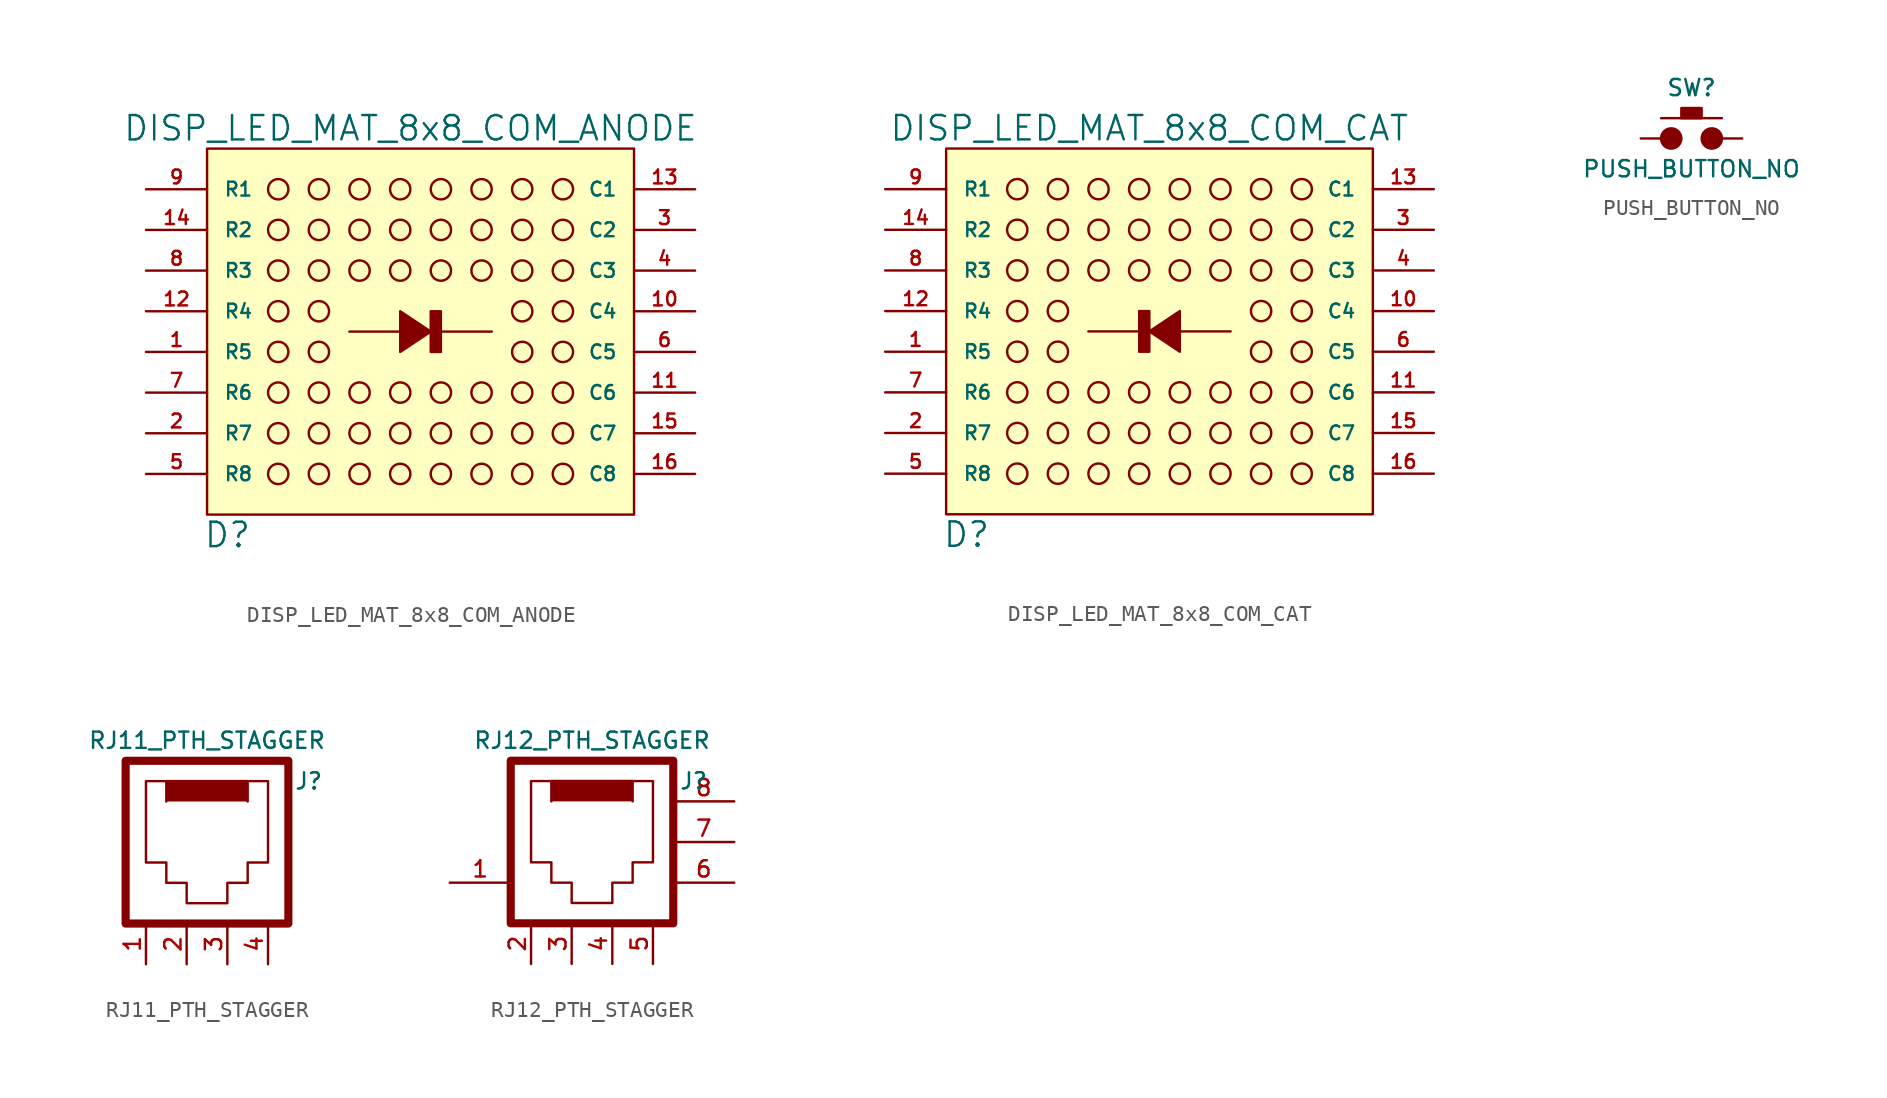
<source format=kicad_sym>
(kicad_symbol_lib
  (version 20231120)
  (generator "kicad_symbol_editor")
  (generator_version "8.0")
  (symbol "DISP_LED_MAT_8x8_COM_ANODE"
    (pin_names
      (offset 1.016))
    (property "Reference" "D"
      (at 5.08 -1.27 0)
      (effects (font (size 1.524 1.524))))
    (property "Value" "DISP_LED_MAT_8x8_COM_ANODE"
      (at 16.51 24.13 0)
      (effects (font (size 1.524 1.524))))
    (property "Footprint" ""
      (at 2.54 -1.27 0)
      (effects (font (size 1.524 1.524))))
    (property "Datasheet" ""
      (at 2.54 -1.27 0)
      (effects (font (size 1.524 1.524))))
    (symbol "DISP_LED_MAT_8x8_COM_ANODE_0_1"
      (polyline (pts (xy 12.7 11.43) (xy 21.59 11.43)) (stroke (width 0) (type solid)) (fill (type none)))
      (polyline (pts (xy 17.78 11.43) (xy 15.875 10.16) (xy 15.875 12.7) (xy 17.78 11.43)) (stroke (width 0) (type solid)) (fill (type outline)))
      (polyline (pts (xy 18.415 10.16) (xy 18.415 12.7) (xy 17.78 12.7) (xy 17.78 10.16) (xy 18.415 10.16)) (stroke (width 0) (type solid)) (fill (type outline)))
      (rectangle (start 3.81 0) (end 30.48 22.86) (stroke (width 0) (type solid)) (fill (type background)))
      (circle (center 8.255 2.54) (radius 0.635) (stroke (width 0) (type solid)) (fill (type none)))
      (circle (center 8.255 5.08) (radius 0.635) (stroke (width 0) (type solid)) (fill (type none)))
      (circle (center 8.255 7.62) (radius 0.635) (stroke (width 0) (type solid)) (fill (type none)))
      (circle (center 8.255 10.16) (radius 0.635) (stroke (width 0) (type solid)) (fill (type none)))
      (circle (center 8.255 12.7) (radius 0.635) (stroke (width 0) (type solid)) (fill (type none)))
      (circle (center 8.255 15.24) (radius 0.635) (stroke (width 0) (type solid)) (fill (type none)))
      (circle (center 8.255 17.78) (radius 0.635) (stroke (width 0) (type solid)) (fill (type none)))
      (circle (center 8.255 20.32) (radius 0.635) (stroke (width 0) (type solid)) (fill (type none)))
      (circle (center 10.795 2.54) (radius 0.635) (stroke (width 0) (type solid)) (fill (type none)))
      (circle (center 10.795 5.08) (radius 0.635) (stroke (width 0) (type solid)) (fill (type none)))
      (circle (center 10.795 7.62) (radius 0.635) (stroke (width 0) (type solid)) (fill (type none)))
      (circle (center 10.795 10.16) (radius 0.635) (stroke (width 0) (type solid)) (fill (type none)))
      (circle (center 10.795 12.7) (radius 0.635) (stroke (width 0) (type solid)) (fill (type none)))
      (circle (center 10.795 15.24) (radius 0.635) (stroke (width 0) (type solid)) (fill (type none)))
      (circle (center 10.795 17.78) (radius 0.635) (stroke (width 0) (type solid)) (fill (type none)))
      (circle (center 10.795 20.32) (radius 0.635) (stroke (width 0) (type solid)) (fill (type none)))
      (circle (center 13.335 2.54) (radius 0.635) (stroke (width 0) (type solid)) (fill (type none)))
      (circle (center 13.335 5.08) (radius 0.635) (stroke (width 0) (type solid)) (fill (type none)))
      (circle (center 13.335 7.62) (radius 0.635) (stroke (width 0) (type solid)) (fill (type none)))
      (circle (center 13.335 15.24) (radius 0.635) (stroke (width 0) (type solid)) (fill (type none)))
      (circle (center 13.335 17.78) (radius 0.635) (stroke (width 0) (type solid)) (fill (type none)))
      (circle (center 13.335 20.32) (radius 0.635) (stroke (width 0) (type solid)) (fill (type none)))
      (circle (center 15.875 2.54) (radius 0.635) (stroke (width 0) (type solid)) (fill (type none)))
      (circle (center 15.875 5.08) (radius 0.635) (stroke (width 0) (type solid)) (fill (type none)))
      (circle (center 15.875 7.62) (radius 0.635) (stroke (width 0) (type solid)) (fill (type none)))
      (circle (center 15.875 15.24) (radius 0.635) (stroke (width 0) (type solid)) (fill (type none)))
      (circle (center 15.875 17.78) (radius 0.635) (stroke (width 0) (type solid)) (fill (type none)))
      (circle (center 15.875 20.32) (radius 0.635) (stroke (width 0) (type solid)) (fill (type none)))
      (circle (center 18.415 2.54) (radius 0.635) (stroke (width 0) (type solid)) (fill (type none)))
      (circle (center 18.415 5.08) (radius 0.635) (stroke (width 0) (type solid)) (fill (type none)))
      (circle (center 18.415 7.62) (radius 0.635) (stroke (width 0) (type solid)) (fill (type none)))
      (circle (center 18.415 15.24) (radius 0.635) (stroke (width 0) (type solid)) (fill (type none)))
      (circle (center 18.415 17.78) (radius 0.635) (stroke (width 0) (type solid)) (fill (type none)))
      (circle (center 18.415 20.32) (radius 0.635) (stroke (width 0) (type solid)) (fill (type none)))
      (circle (center 20.955 2.54) (radius 0.635) (stroke (width 0) (type solid)) (fill (type none)))
      (circle (center 20.955 5.08) (radius 0.635) (stroke (width 0) (type solid)) (fill (type none)))
      (circle (center 20.955 7.62) (radius 0.635) (stroke (width 0) (type solid)) (fill (type none)))
      (circle (center 20.955 15.24) (radius 0.635) (stroke (width 0) (type solid)) (fill (type none)))
      (circle (center 20.955 17.78) (radius 0.635) (stroke (width 0) (type solid)) (fill (type none)))
      (circle (center 20.955 20.32) (radius 0.635) (stroke (width 0) (type solid)) (fill (type none)))
      (circle (center 23.495 2.54) (radius 0.635) (stroke (width 0) (type solid)) (fill (type none)))
      (circle (center 23.495 5.08) (radius 0.635) (stroke (width 0) (type solid)) (fill (type none)))
      (circle (center 23.495 7.62) (radius 0.635) (stroke (width 0) (type solid)) (fill (type none)))
      (circle (center 23.495 10.16) (radius 0.635) (stroke (width 0) (type solid)) (fill (type none)))
      (circle (center 23.495 12.7) (radius 0.635) (stroke (width 0) (type solid)) (fill (type none)))
      (circle (center 23.495 15.24) (radius 0.635) (stroke (width 0) (type solid)) (fill (type none)))
      (circle (center 23.495 17.78) (radius 0.635) (stroke (width 0) (type solid)) (fill (type none)))
      (circle (center 23.495 20.32) (radius 0.635) (stroke (width 0) (type solid)) (fill (type none)))
      (circle (center 26.035 2.54) (radius 0.635) (stroke (width 0) (type solid)) (fill (type none)))
      (circle (center 26.035 5.08) (radius 0.635) (stroke (width 0) (type solid)) (fill (type none)))
      (circle (center 26.035 7.62) (radius 0.635) (stroke (width 0) (type solid)) (fill (type none)))
      (circle (center 26.035 10.16) (radius 0.635) (stroke (width 0) (type solid)) (fill (type none)))
      (circle (center 26.035 12.7) (radius 0.635) (stroke (width 0) (type solid)) (fill (type none)))
      (circle (center 26.035 15.24) (radius 0.635) (stroke (width 0) (type solid)) (fill (type none)))
      (circle (center 26.035 17.78) (radius 0.635) (stroke (width 0) (type solid)) (fill (type none)))
      (circle (center 26.035 20.32) (radius 0.635) (stroke (width 0) (type solid)) (fill (type none)))
      (pin input line (at 0 20.32 0) (length 3.81) (name "R1" (effects (font (size 0.864 0.864)))) (number "9" (effects (font (size 0.864 0.864))))))
    (symbol "DISP_LED_MAT_8x8_COM_ANODE_1_1"
      (pin input line (at 0 10.16 0) (length 3.81) (name "R5" (effects (font (size 0.864 0.864)))) (number "1" (effects (font (size 0.864 0.864)))))
      (pin output line (at 34.29 12.7 180) (length 3.81) (name "C4" (effects (font (size 0.864 0.864)))) (number "10" (effects (font (size 0.864 0.864)))))
      (pin output line (at 34.29 7.62 180) (length 3.81) (name "C6" (effects (font (size 0.864 0.864)))) (number "11" (effects (font (size 0.864 0.864)))))
      (pin input line (at 0 12.7 0) (length 3.81) (name "R4" (effects (font (size 0.864 0.864)))) (number "12" (effects (font (size 0.864 0.864)))))
      (pin output line (at 34.29 20.32 180) (length 3.81) (name "C1" (effects (font (size 0.864 0.864)))) (number "13" (effects (font (size 0.864 0.864)))))
      (pin input line (at 0 17.78 0) (length 3.81) (name "R2" (effects (font (size 0.864 0.864)))) (number "14" (effects (font (size 0.864 0.864)))))
      (pin output line (at 34.29 5.08 180) (length 3.81) (name "C7" (effects (font (size 0.864 0.864)))) (number "15" (effects (font (size 0.864 0.864)))))
      (pin output line (at 34.29 2.54 180) (length 3.81) (name "C8" (effects (font (size 0.864 0.864)))) (number "16" (effects (font (size 0.864 0.864)))))
      (pin input line (at 0 5.08 0) (length 3.81) (name "R7" (effects (font (size 0.864 0.864)))) (number "2" (effects (font (size 0.864 0.864)))))
      (pin output line (at 34.29 17.78 180) (length 3.81) (name "C2" (effects (font (size 0.864 0.864)))) (number "3" (effects (font (size 0.864 0.864)))))
      (pin output line (at 34.29 15.24 180) (length 3.81) (name "C3" (effects (font (size 0.864 0.864)))) (number "4" (effects (font (size 0.864 0.864)))))
      (pin input line (at 0 2.54 0) (length 3.81) (name "R8" (effects (font (size 0.864 0.864)))) (number "5" (effects (font (size 0.864 0.864)))))
      (pin output line (at 34.29 10.16 180) (length 3.81) (name "C5" (effects (font (size 0.864 0.864)))) (number "6" (effects (font (size 0.864 0.864)))))
      (pin input line (at 0 7.62 0) (length 3.81) (name "R6" (effects (font (size 0.864 0.864)))) (number "7" (effects (font (size 0.864 0.864)))))
      (pin input line (at 0 15.24 0) (length 3.81) (name "R3" (effects (font (size 0.864 0.864)))) (number "8" (effects (font (size 0.864 0.864)))))))
  (symbol "DISP_LED_MAT_8x8_COM_CAT"
    (pin_names
      (offset 1.016))
    (property "Reference" "D"
      (at 5.08 -1.27 0)
      (effects (font (size 1.524 1.524))))
    (property "Value" "DISP_LED_MAT_8x8_COM_CAT"
      (at 16.51 24.13 0)
      (effects (font (size 1.524 1.524))))
    (property "Footprint" ""
      (at 2.54 -1.27 0)
      (effects (font (size 1.524 1.524))))
    (property "Datasheet" ""
      (at 2.54 -1.27 0)
      (effects (font (size 1.524 1.524))))
    (symbol "DISP_LED_MAT_8x8_COM_CAT_0_1"
      (polyline (pts (xy 21.59 11.43) (xy 12.7 11.43)) (stroke (width 0) (type solid)) (fill (type none)))
      (polyline (pts (xy 16.51 11.43) (xy 18.415 12.7) (xy 18.415 10.16) (xy 16.51 11.43)) (stroke (width 0) (type solid)) (fill (type outline)))
      (polyline (pts (xy 15.875 12.7) (xy 15.875 10.16) (xy 16.51 10.16) (xy 16.51 12.7) (xy 15.875 12.7)) (stroke (width 0) (type solid)) (fill (type outline)))
      (rectangle (start 3.81 0) (end 30.48 22.86) (stroke (width 0) (type solid)) (fill (type background)))
      (circle (center 8.255 2.54) (radius 0.635) (stroke (width 0) (type solid)) (fill (type none)))
      (circle (center 8.255 5.08) (radius 0.635) (stroke (width 0) (type solid)) (fill (type none)))
      (circle (center 8.255 7.62) (radius 0.635) (stroke (width 0) (type solid)) (fill (type none)))
      (circle (center 8.255 10.16) (radius 0.635) (stroke (width 0) (type solid)) (fill (type none)))
      (circle (center 8.255 12.7) (radius 0.635) (stroke (width 0) (type solid)) (fill (type none)))
      (circle (center 8.255 15.24) (radius 0.635) (stroke (width 0) (type solid)) (fill (type none)))
      (circle (center 8.255 17.78) (radius 0.635) (stroke (width 0) (type solid)) (fill (type none)))
      (circle (center 8.255 20.32) (radius 0.635) (stroke (width 0) (type solid)) (fill (type none)))
      (circle (center 10.795 2.54) (radius 0.635) (stroke (width 0) (type solid)) (fill (type none)))
      (circle (center 10.795 5.08) (radius 0.635) (stroke (width 0) (type solid)) (fill (type none)))
      (circle (center 10.795 7.62) (radius 0.635) (stroke (width 0) (type solid)) (fill (type none)))
      (circle (center 10.795 10.16) (radius 0.635) (stroke (width 0) (type solid)) (fill (type none)))
      (circle (center 10.795 12.7) (radius 0.635) (stroke (width 0) (type solid)) (fill (type none)))
      (circle (center 10.795 15.24) (radius 0.635) (stroke (width 0) (type solid)) (fill (type none)))
      (circle (center 10.795 17.78) (radius 0.635) (stroke (width 0) (type solid)) (fill (type none)))
      (circle (center 10.795 20.32) (radius 0.635) (stroke (width 0) (type solid)) (fill (type none)))
      (circle (center 13.335 2.54) (radius 0.635) (stroke (width 0) (type solid)) (fill (type none)))
      (circle (center 13.335 5.08) (radius 0.635) (stroke (width 0) (type solid)) (fill (type none)))
      (circle (center 13.335 7.62) (radius 0.635) (stroke (width 0) (type solid)) (fill (type none)))
      (circle (center 13.335 15.24) (radius 0.635) (stroke (width 0) (type solid)) (fill (type none)))
      (circle (center 13.335 17.78) (radius 0.635) (stroke (width 0) (type solid)) (fill (type none)))
      (circle (center 13.335 20.32) (radius 0.635) (stroke (width 0) (type solid)) (fill (type none)))
      (circle (center 15.875 2.54) (radius 0.635) (stroke (width 0) (type solid)) (fill (type none)))
      (circle (center 15.875 5.08) (radius 0.635) (stroke (width 0) (type solid)) (fill (type none)))
      (circle (center 15.875 7.62) (radius 0.635) (stroke (width 0) (type solid)) (fill (type none)))
      (circle (center 15.875 15.24) (radius 0.635) (stroke (width 0) (type solid)) (fill (type none)))
      (circle (center 15.875 17.78) (radius 0.635) (stroke (width 0) (type solid)) (fill (type none)))
      (circle (center 15.875 20.32) (radius 0.635) (stroke (width 0) (type solid)) (fill (type none)))
      (circle (center 18.415 2.54) (radius 0.635) (stroke (width 0) (type solid)) (fill (type none)))
      (circle (center 18.415 5.08) (radius 0.635) (stroke (width 0) (type solid)) (fill (type none)))
      (circle (center 18.415 7.62) (radius 0.635) (stroke (width 0) (type solid)) (fill (type none)))
      (circle (center 18.415 15.24) (radius 0.635) (stroke (width 0) (type solid)) (fill (type none)))
      (circle (center 18.415 17.78) (radius 0.635) (stroke (width 0) (type solid)) (fill (type none)))
      (circle (center 18.415 20.32) (radius 0.635) (stroke (width 0) (type solid)) (fill (type none)))
      (circle (center 20.955 2.54) (radius 0.635) (stroke (width 0) (type solid)) (fill (type none)))
      (circle (center 20.955 5.08) (radius 0.635) (stroke (width 0) (type solid)) (fill (type none)))
      (circle (center 20.955 7.62) (radius 0.635) (stroke (width 0) (type solid)) (fill (type none)))
      (circle (center 20.955 15.24) (radius 0.635) (stroke (width 0) (type solid)) (fill (type none)))
      (circle (center 20.955 17.78) (radius 0.635) (stroke (width 0) (type solid)) (fill (type none)))
      (circle (center 20.955 20.32) (radius 0.635) (stroke (width 0) (type solid)) (fill (type none)))
      (circle (center 23.495 2.54) (radius 0.635) (stroke (width 0) (type solid)) (fill (type none)))
      (circle (center 23.495 5.08) (radius 0.635) (stroke (width 0) (type solid)) (fill (type none)))
      (circle (center 23.495 7.62) (radius 0.635) (stroke (width 0) (type solid)) (fill (type none)))
      (circle (center 23.495 10.16) (radius 0.635) (stroke (width 0) (type solid)) (fill (type none)))
      (circle (center 23.495 12.7) (radius 0.635) (stroke (width 0) (type solid)) (fill (type none)))
      (circle (center 23.495 15.24) (radius 0.635) (stroke (width 0) (type solid)) (fill (type none)))
      (circle (center 23.495 17.78) (radius 0.635) (stroke (width 0) (type solid)) (fill (type none)))
      (circle (center 23.495 20.32) (radius 0.635) (stroke (width 0) (type solid)) (fill (type none)))
      (circle (center 26.035 2.54) (radius 0.635) (stroke (width 0) (type solid)) (fill (type none)))
      (circle (center 26.035 5.08) (radius 0.635) (stroke (width 0) (type solid)) (fill (type none)))
      (circle (center 26.035 7.62) (radius 0.635) (stroke (width 0) (type solid)) (fill (type none)))
      (circle (center 26.035 10.16) (radius 0.635) (stroke (width 0) (type solid)) (fill (type none)))
      (circle (center 26.035 12.7) (radius 0.635) (stroke (width 0) (type solid)) (fill (type none)))
      (circle (center 26.035 15.24) (radius 0.635) (stroke (width 0) (type solid)) (fill (type none)))
      (circle (center 26.035 17.78) (radius 0.635) (stroke (width 0) (type solid)) (fill (type none)))
      (circle (center 26.035 20.32) (radius 0.635) (stroke (width 0) (type solid)) (fill (type none)))
      (pin output line (at 0 20.32 0) (length 3.81) (name "R1" (effects (font (size 0.864 0.864)))) (number "9" (effects (font (size 0.864 0.864))))))
    (symbol "DISP_LED_MAT_8x8_COM_CAT_1_1"
      (pin output line (at 0 10.16 0) (length 3.81) (name "R5" (effects (font (size 0.864 0.864)))) (number "1" (effects (font (size 0.864 0.864)))))
      (pin input line (at 34.29 12.7 180) (length 3.81) (name "C4" (effects (font (size 0.864 0.864)))) (number "10" (effects (font (size 0.864 0.864)))))
      (pin input line (at 34.29 7.62 180) (length 3.81) (name "C6" (effects (font (size 0.864 0.864)))) (number "11" (effects (font (size 0.864 0.864)))))
      (pin output line (at 0 12.7 0) (length 3.81) (name "R4" (effects (font (size 0.864 0.864)))) (number "12" (effects (font (size 0.864 0.864)))))
      (pin input line (at 34.29 20.32 180) (length 3.81) (name "C1" (effects (font (size 0.864 0.864)))) (number "13" (effects (font (size 0.864 0.864)))))
      (pin output line (at 0 17.78 0) (length 3.81) (name "R2" (effects (font (size 0.864 0.864)))) (number "14" (effects (font (size 0.864 0.864)))))
      (pin input line (at 34.29 5.08 180) (length 3.81) (name "C7" (effects (font (size 0.864 0.864)))) (number "15" (effects (font (size 0.864 0.864)))))
      (pin input line (at 34.29 2.54 180) (length 3.81) (name "C8" (effects (font (size 0.864 0.864)))) (number "16" (effects (font (size 0.864 0.864)))))
      (pin output line (at 0 5.08 0) (length 3.81) (name "R7" (effects (font (size 0.864 0.864)))) (number "2" (effects (font (size 0.864 0.864)))))
      (pin input line (at 34.29 17.78 180) (length 3.81) (name "C2" (effects (font (size 0.864 0.864)))) (number "3" (effects (font (size 0.864 0.864)))))
      (pin input line (at 34.29 15.24 180) (length 3.81) (name "C3" (effects (font (size 0.864 0.864)))) (number "4" (effects (font (size 0.864 0.864)))))
      (pin output line (at 0 2.54 0) (length 3.81) (name "R8" (effects (font (size 0.864 0.864)))) (number "5" (effects (font (size 0.864 0.864)))))
      (pin input line (at 34.29 10.16 180) (length 3.81) (name "C5" (effects (font (size 0.864 0.864)))) (number "6" (effects (font (size 0.864 0.864)))))
      (pin output line (at 0 7.62 0) (length 3.81) (name "R6" (effects (font (size 0.864 0.864)))) (number "7" (effects (font (size 0.864 0.864)))))
      (pin output line (at 0 15.24 0) (length 3.81) (name "R3" (effects (font (size 0.864 0.864)))) (number "8" (effects (font (size 0.864 0.864)))))))
  (symbol "PUSH_BUTTON_NO"
    (pin_numbers hide)
    (pin_names
      (offset 1.016) hide)
    (property "Reference" "SW"
      (at 3.175 3.175 0)
      (effects (font (size 1.016 1.016))))
    (property "Value" "PUSH_BUTTON_NO"
      (at 3.175 -1.905 0)
      (effects (font (size 1.016 1.016))))
    (property "Footprint" ""
      (at 3.175 0 0)
      (effects (font (size 1.524 1.524))))
    (property "Datasheet" ""
      (at 3.175 0 0)
      (effects (font (size 1.524 1.524))))
    (symbol "PUSH_BUTTON_NO_0_1"
      (polyline (pts (xy 1.27 1.27) (xy 5.08 1.27)) (stroke (width 0) (type solid)) (fill (type none)))
      (circle (center 1.905 0) (radius 0.635) (stroke (width 0) (type solid)) (fill (type outline)))
      (rectangle (start 2.54 1.27) (end 3.81 1.905) (stroke (width 0) (type solid)) (fill (type outline)))
      (circle (center 4.445 0) (radius 0.635) (stroke (width 0) (type solid)) (fill (type outline)))
      (pin passive line (at 0 0 0) (length 1.27) (name "1" (effects (font (size 1.27 1.27)))) (number "1" (effects (font (size 1.27 1.27))))))
    (symbol "PUSH_BUTTON_NO_1_1"
      (pin passive line (at 6.35 0 180) (length 1.27) (name "2" (effects (font (size 1.27 1.27)))) (number "2" (effects (font (size 1.27 1.27)))))))
  (symbol "RJ11_PTH_STAGGER"
    (pin_names
      (offset 0) hide)
    (property "Reference" "J"
      (at 11.43 8.89 0)
      (effects (font (size 1.016 1.016))))
    (property "Value" "RJ11_PTH_STAGGER"
      (at 5.08 11.43 0)
      (effects (font (size 1.016 1.016))))
    (property "Footprint" ""
      (at 0 0 0)
      (effects (font (size 1.524 1.524))))
    (property "Datasheet" ""
      (at 0 0 0)
      (effects (font (size 1.524 1.524))))
    (symbol "RJ11_PTH_STAGGER_0_1"
      (polyline (pts (xy 7.62 7.62) (xy 7.62 8.89) (xy 2.54 8.89) (xy 2.54 7.62)) (stroke (width 0) (type solid)) (fill (type outline)))
      (polyline (pts (xy 1.27 8.89) (xy 1.27 3.81) (xy 2.54 3.81) (xy 2.54 2.54) (xy 3.81 2.54) (xy 3.81 1.27) (xy 6.35 1.27) (xy 6.35 2.54) (xy 7.62 2.54) (xy 7.62 3.81) (xy 8.89 3.81) (xy 8.89 8.89) (xy 1.27 8.89)) (stroke (width 0) (type solid)) (fill (type none)))
      (rectangle (start 0 10.16) (end 10.16 0) (stroke (width 0.508) (type solid)) (fill (type none))))
    (symbol "RJ11_PTH_STAGGER_1_1"
      (pin bidirectional line (at 1.27 -2.54 90) (length 2.54) (name "1" (effects (font (size 1.016 1.016)))) (number "1" (effects (font (size 1.016 1.016)))))
      (pin bidirectional line (at 3.81 -2.54 90) (length 2.54) (name "2" (effects (font (size 1.016 1.016)))) (number "2" (effects (font (size 1.016 1.016)))))
      (pin bidirectional line (at 6.35 -2.54 90) (length 2.54) (name "3" (effects (font (size 1.016 1.016)))) (number "3" (effects (font (size 1.016 1.016)))))
      (pin bidirectional line (at 8.89 -2.54 90) (length 2.54) (name "4" (effects (font (size 1.016 1.016)))) (number "4" (effects (font (size 1.016 1.016)))))))
  (symbol "RJ12_PTH_STAGGER"
    (pin_names
      (offset 0) hide)
    (property "Reference" "J"
      (at 11.43 8.89 0)
      (effects (font (size 1.016 1.016))))
    (property "Value" "RJ12_PTH_STAGGER"
      (at 5.08 11.43 0)
      (effects (font (size 1.016 1.016))))
    (property "Footprint" ""
      (at 0 0 0)
      (effects (font (size 1.524 1.524))))
    (property "Datasheet" ""
      (at 0 0 0)
      (effects (font (size 1.524 1.524))))
    (symbol "RJ12_PTH_STAGGER_0_1"
      (polyline (pts (xy 7.62 7.62) (xy 7.62 8.89) (xy 2.54 8.89) (xy 2.54 7.62)) (stroke (width 0) (type solid)) (fill (type outline)))
      (polyline (pts (xy 1.27 8.89) (xy 1.27 3.81) (xy 2.54 3.81) (xy 2.54 2.54) (xy 3.81 2.54) (xy 3.81 1.27) (xy 6.35 1.27) (xy 6.35 2.54) (xy 7.62 2.54) (xy 7.62 3.81) (xy 8.89 3.81) (xy 8.89 8.89) (xy 1.27 8.89)) (stroke (width 0) (type solid)) (fill (type none)))
      (rectangle (start 0 10.16) (end 10.16 0) (stroke (width 0.508) (type solid)) (fill (type none))))
    (symbol "RJ12_PTH_STAGGER_1_1"
      (pin bidirectional line (at -3.81 2.54 0) (length 3.81) (name "1" (effects (font (size 1.016 1.016)))) (number "1" (effects (font (size 1.016 1.016)))))
      (pin bidirectional line (at 1.27 -2.54 90) (length 2.54) (name "2" (effects (font (size 1.016 1.016)))) (number "2" (effects (font (size 1.016 1.016)))))
      (pin bidirectional line (at 3.81 -2.54 90) (length 2.54) (name "3" (effects (font (size 1.016 1.016)))) (number "3" (effects (font (size 1.016 1.016)))))
      (pin bidirectional line (at 6.35 -2.54 90) (length 2.54) (name "4" (effects (font (size 1.016 1.016)))) (number "4" (effects (font (size 1.016 1.016)))))
      (pin bidirectional line (at 8.89 -2.54 90) (length 2.54) (name "5" (effects (font (size 1.016 1.016)))) (number "5" (effects (font (size 1.016 1.016)))))
      (pin bidirectional line (at 13.97 2.54 180) (length 3.81) (name "6" (effects (font (size 1.016 1.016)))) (number "6" (effects (font (size 1.016 1.016)))))
      (pin bidirectional line (at 13.97 5.08 180) (length 3.81) (name "SHLD_1" (effects (font (size 1.016 1.016)))) (number "7" (effects (font (size 1.016 1.016)))))
      (pin bidirectional line (at 13.97 7.62 180) (length 3.81) (name "SHLD_2" (effects (font (size 1.016 1.016)))) (number "8" (effects (font (size 1.016 1.016))))))))
</source>
